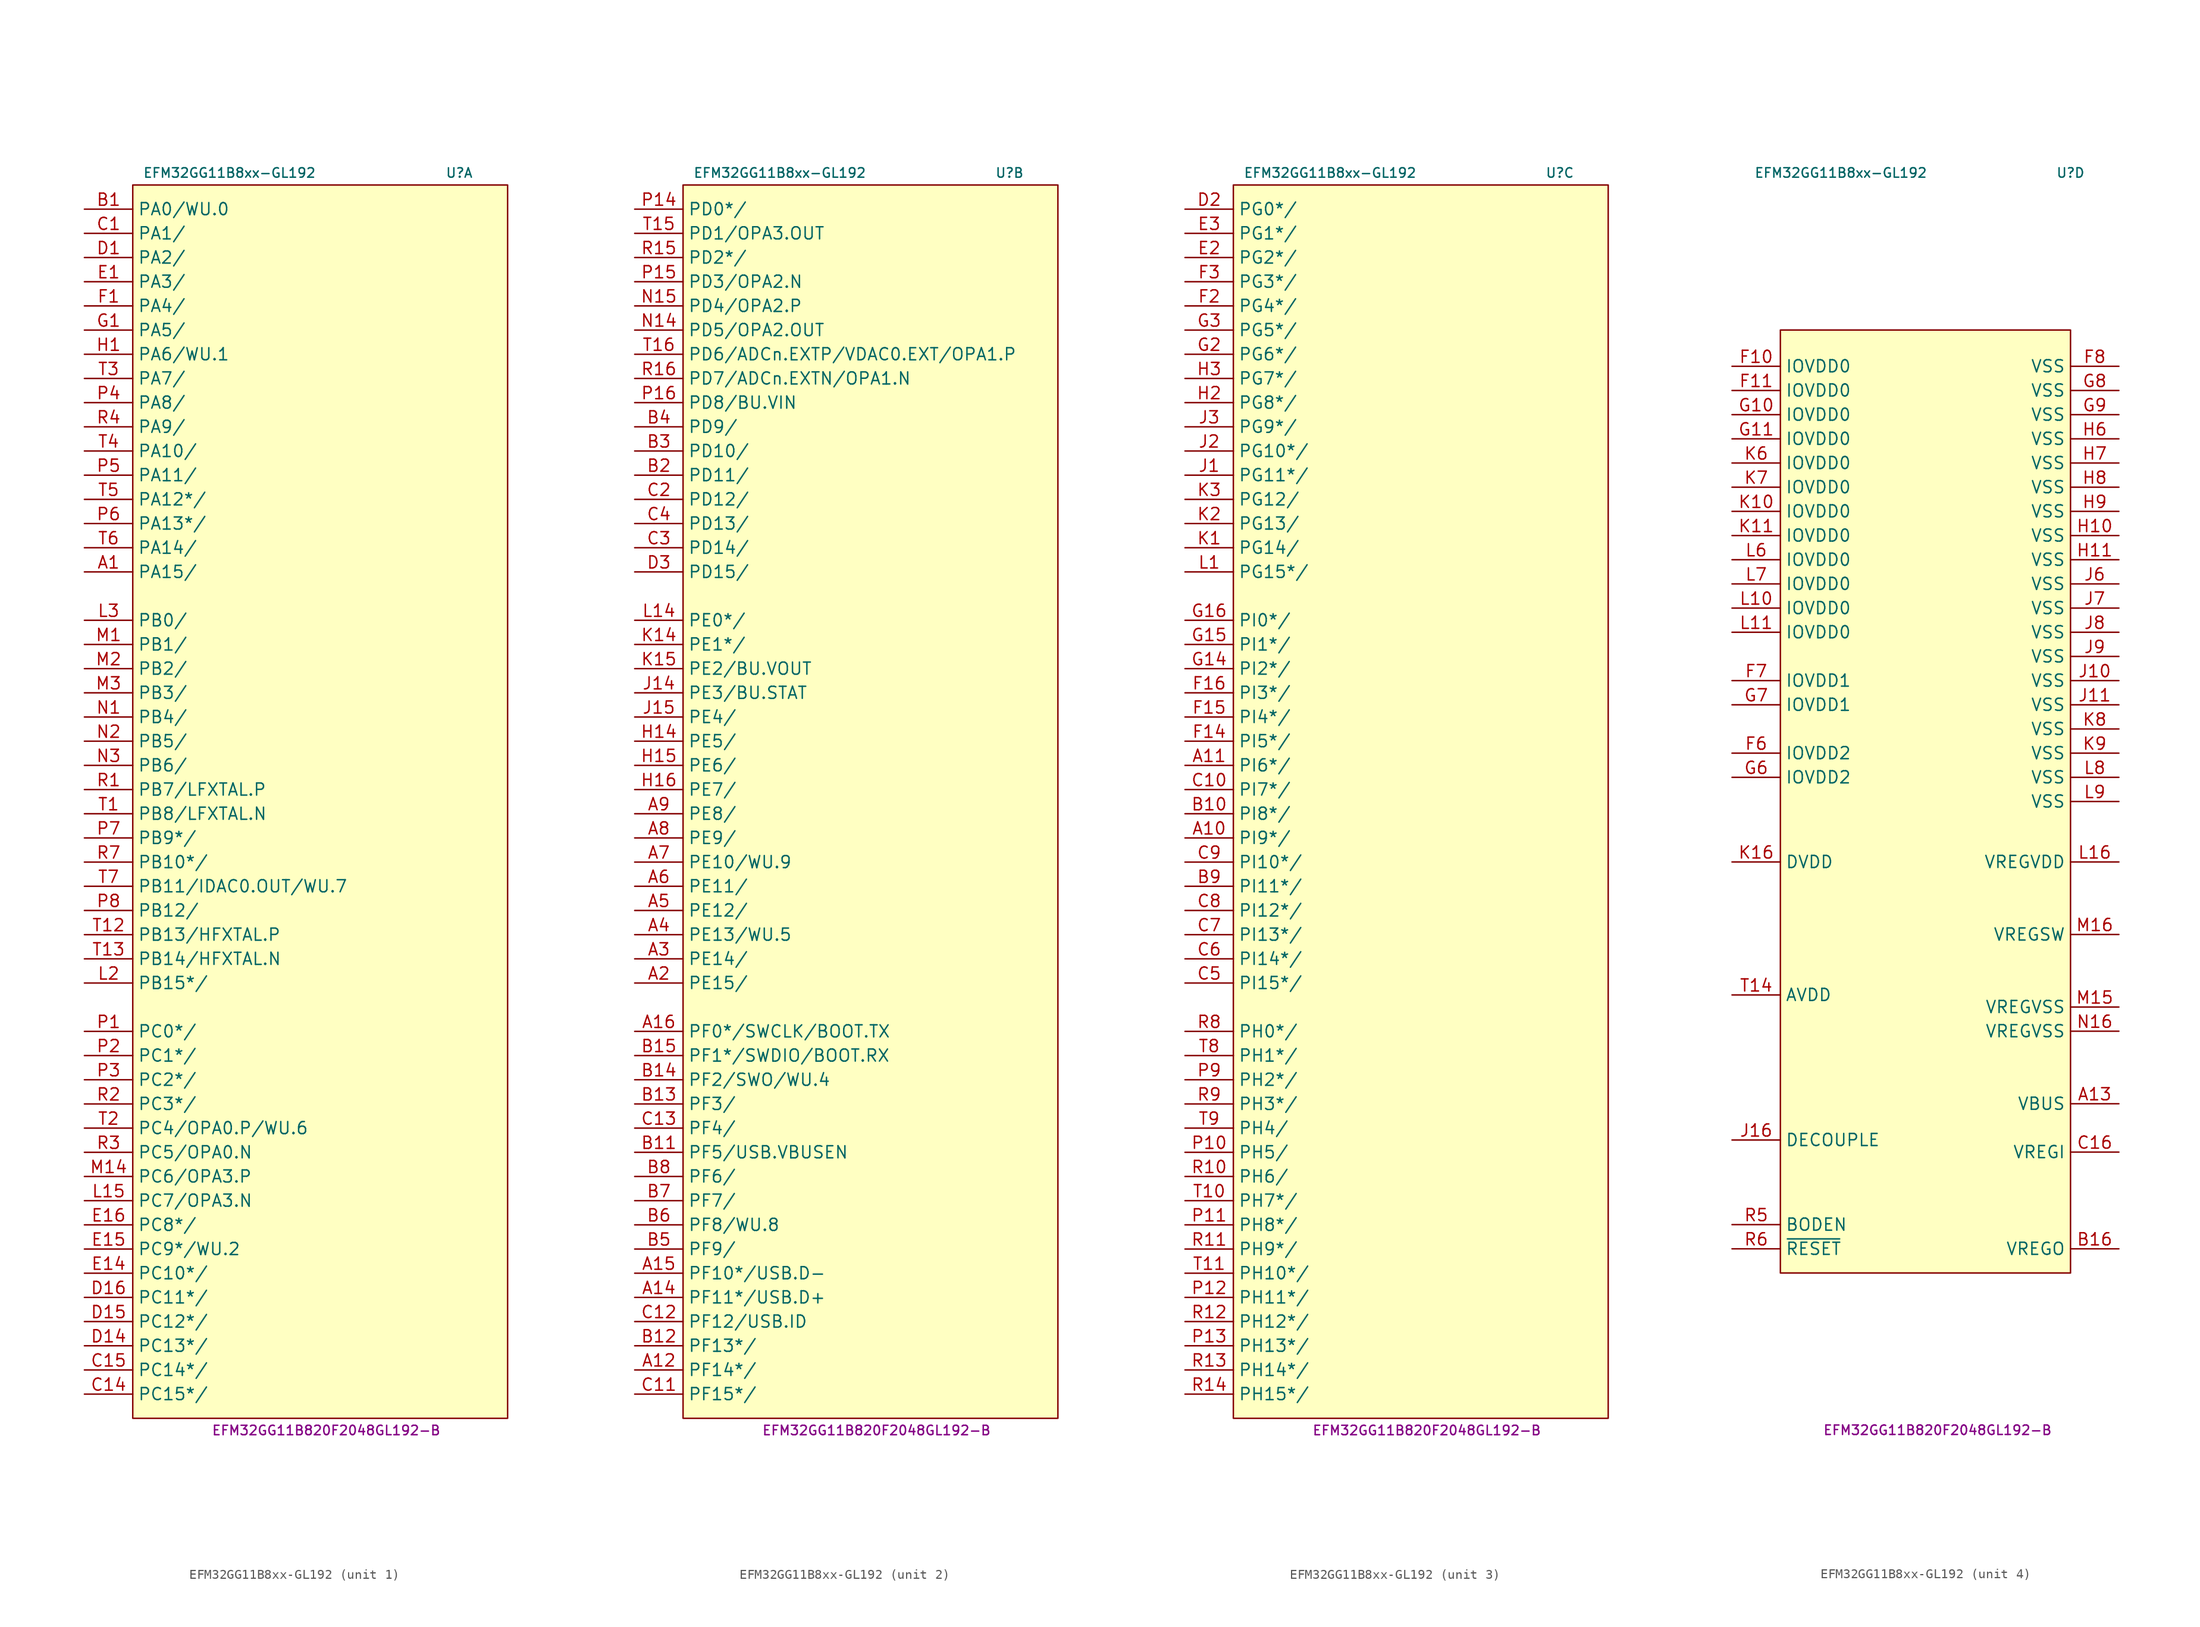
<source format=kicad_sym>
(kicad_symbol_lib
  (version 20231120)
  (generator "kicad_symbol_editor")
  (generator_version "8.0")
  (symbol "EFM32GG11B8xx-GL192"
    (property "Reference" "U"
      (at 13.97 67.31 0)
      (effects (font (size 0.991 0.991))))
    (property "Value" "EFM32GG11B8xx-GL192"
      (at -10.16 67.31 0)
      (effects (font (size 0.991 0.991))))
    (property "MPN" "EFM32GG11B820F2048GL192-B"
      (at 0 -64.77 0)
      (effects (font (size 0.991 0.991))))
    (property "ki_locked" ""
      (at 0 0 0)
      (effects (font (size 1.27 1.27))))
    (symbol "EFM32GG11B8xx-GL192_1_1"
      (rectangle (start -20.32 66.04) (end 19.05 -63.5) (stroke (width 0) (type default)) (fill (type background)))
      (pin bidirectional line (at -25.4 25.4 0) (length 5.08) (name "PA15/" (effects (font (size 1.27 1.27)))) (number "A1" (effects (font (size 1.27 1.27)))))
      (pin bidirectional line (at -25.4 63.5 0) (length 5.08) (name "PA0/WU.0" (effects (font (size 1.27 1.27)))) (number "B1" (effects (font (size 1.27 1.27)))))
      (pin bidirectional line (at -25.4 60.96 0) (length 5.08) (name "PA1/" (effects (font (size 1.27 1.27)))) (number "C1" (effects (font (size 1.27 1.27)))))
      (pin bidirectional line (at -25.4 -60.96 0) (length 5.08) (name "PC15*/" (effects (font (size 1.27 1.27)))) (number "C14" (effects (font (size 1.27 1.27)))))
      (pin bidirectional line (at -25.4 -58.42 0) (length 5.08) (name "PC14*/" (effects (font (size 1.27 1.27)))) (number "C15" (effects (font (size 1.27 1.27)))))
      (pin bidirectional line (at -25.4 58.42 0) (length 5.08) (name "PA2/" (effects (font (size 1.27 1.27)))) (number "D1" (effects (font (size 1.27 1.27)))))
      (pin bidirectional line (at -25.4 -55.88 0) (length 5.08) (name "PC13*/" (effects (font (size 1.27 1.27)))) (number "D14" (effects (font (size 1.27 1.27)))))
      (pin bidirectional line (at -25.4 -53.34 0) (length 5.08) (name "PC12*/" (effects (font (size 1.27 1.27)))) (number "D15" (effects (font (size 1.27 1.27)))))
      (pin bidirectional line (at -25.4 -50.8 0) (length 5.08) (name "PC11*/" (effects (font (size 1.27 1.27)))) (number "D16" (effects (font (size 1.27 1.27)))))
      (pin bidirectional line (at -25.4 55.88 0) (length 5.08) (name "PA3/" (effects (font (size 1.27 1.27)))) (number "E1" (effects (font (size 1.27 1.27)))))
      (pin bidirectional line (at -25.4 -48.26 0) (length 5.08) (name "PC10*/" (effects (font (size 1.27 1.27)))) (number "E14" (effects (font (size 1.27 1.27)))))
      (pin bidirectional line (at -25.4 -45.72 0) (length 5.08) (name "PC9*/WU.2" (effects (font (size 1.27 1.27)))) (number "E15" (effects (font (size 1.27 1.27)))))
      (pin bidirectional line (at -25.4 -43.18 0) (length 5.08) (name "PC8*/" (effects (font (size 1.27 1.27)))) (number "E16" (effects (font (size 1.27 1.27)))))
      (pin bidirectional line (at -25.4 53.34 0) (length 5.08) (name "PA4/" (effects (font (size 1.27 1.27)))) (number "F1" (effects (font (size 1.27 1.27)))))
      (pin bidirectional line (at -25.4 50.8 0) (length 5.08) (name "PA5/" (effects (font (size 1.27 1.27)))) (number "G1" (effects (font (size 1.27 1.27)))))
      (pin bidirectional line (at -25.4 48.26 0) (length 5.08) (name "PA6/WU.1" (effects (font (size 1.27 1.27)))) (number "H1" (effects (font (size 1.27 1.27)))))
      (pin bidirectional line (at -25.4 -40.64 0) (length 5.08) (name "PC7/OPA3.N" (effects (font (size 1.27 1.27)))) (number "L15" (effects (font (size 1.27 1.27)))))
      (pin bidirectional line (at -25.4 -17.78 0) (length 5.08) (name "PB15*/" (effects (font (size 1.27 1.27)))) (number "L2" (effects (font (size 1.27 1.27)))))
      (pin bidirectional line (at -25.4 20.32 0) (length 5.08) (name "PB0/" (effects (font (size 1.27 1.27)))) (number "L3" (effects (font (size 1.27 1.27)))))
      (pin bidirectional line (at -25.4 17.78 0) (length 5.08) (name "PB1/" (effects (font (size 1.27 1.27)))) (number "M1" (effects (font (size 1.27 1.27)))))
      (pin bidirectional line (at -25.4 -38.1 0) (length 5.08) (name "PC6/OPA3.P" (effects (font (size 1.27 1.27)))) (number "M14" (effects (font (size 1.27 1.27)))))
      (pin bidirectional line (at -25.4 15.24 0) (length 5.08) (name "PB2/" (effects (font (size 1.27 1.27)))) (number "M2" (effects (font (size 1.27 1.27)))))
      (pin bidirectional line (at -25.4 12.7 0) (length 5.08) (name "PB3/" (effects (font (size 1.27 1.27)))) (number "M3" (effects (font (size 1.27 1.27)))))
      (pin bidirectional line (at -25.4 10.16 0) (length 5.08) (name "PB4/" (effects (font (size 1.27 1.27)))) (number "N1" (effects (font (size 1.27 1.27)))))
      (pin bidirectional line (at -25.4 7.62 0) (length 5.08) (name "PB5/" (effects (font (size 1.27 1.27)))) (number "N2" (effects (font (size 1.27 1.27)))))
      (pin bidirectional line (at -25.4 5.08 0) (length 5.08) (name "PB6/" (effects (font (size 1.27 1.27)))) (number "N3" (effects (font (size 1.27 1.27)))))
      (pin bidirectional line (at -25.4 -22.86 0) (length 5.08) (name "PC0*/" (effects (font (size 1.27 1.27)))) (number "P1" (effects (font (size 1.27 1.27)))))
      (pin bidirectional line (at -25.4 -25.4 0) (length 5.08) (name "PC1*/" (effects (font (size 1.27 1.27)))) (number "P2" (effects (font (size 1.27 1.27)))))
      (pin bidirectional line (at -25.4 -27.94 0) (length 5.08) (name "PC2*/" (effects (font (size 1.27 1.27)))) (number "P3" (effects (font (size 1.27 1.27)))))
      (pin bidirectional line (at -25.4 43.18 0) (length 5.08) (name "PA8/" (effects (font (size 1.27 1.27)))) (number "P4" (effects (font (size 1.27 1.27)))))
      (pin bidirectional line (at -25.4 35.56 0) (length 5.08) (name "PA11/" (effects (font (size 1.27 1.27)))) (number "P5" (effects (font (size 1.27 1.27)))))
      (pin bidirectional line (at -25.4 30.48 0) (length 5.08) (name "PA13*/" (effects (font (size 1.27 1.27)))) (number "P6" (effects (font (size 1.27 1.27)))))
      (pin bidirectional line (at -25.4 -2.54 0) (length 5.08) (name "PB9*/" (effects (font (size 1.27 1.27)))) (number "P7" (effects (font (size 1.27 1.27)))))
      (pin bidirectional line (at -25.4 -10.16 0) (length 5.08) (name "PB12/" (effects (font (size 1.27 1.27)))) (number "P8" (effects (font (size 1.27 1.27)))))
      (pin bidirectional line (at -25.4 2.54 0) (length 5.08) (name "PB7/LFXTAL.P" (effects (font (size 1.27 1.27)))) (number "R1" (effects (font (size 1.27 1.27)))))
      (pin bidirectional line (at -25.4 -30.48 0) (length 5.08) (name "PC3*/" (effects (font (size 1.27 1.27)))) (number "R2" (effects (font (size 1.27 1.27)))))
      (pin bidirectional line (at -25.4 -35.56 0) (length 5.08) (name "PC5/OPA0.N" (effects (font (size 1.27 1.27)))) (number "R3" (effects (font (size 1.27 1.27)))))
      (pin bidirectional line (at -25.4 40.64 0) (length 5.08) (name "PA9/" (effects (font (size 1.27 1.27)))) (number "R4" (effects (font (size 1.27 1.27)))))
      (pin bidirectional line (at -25.4 -5.08 0) (length 5.08) (name "PB10*/" (effects (font (size 1.27 1.27)))) (number "R7" (effects (font (size 1.27 1.27)))))
      (pin bidirectional line (at -25.4 0 0) (length 5.08) (name "PB8/LFXTAL.N" (effects (font (size 1.27 1.27)))) (number "T1" (effects (font (size 1.27 1.27)))))
      (pin bidirectional line (at -25.4 -12.7 0) (length 5.08) (name "PB13/HFXTAL.P" (effects (font (size 1.27 1.27)))) (number "T12" (effects (font (size 1.27 1.27)))))
      (pin bidirectional line (at -25.4 -15.24 0) (length 5.08) (name "PB14/HFXTAL.N" (effects (font (size 1.27 1.27)))) (number "T13" (effects (font (size 1.27 1.27)))))
      (pin bidirectional line (at -25.4 -33.02 0) (length 5.08) (name "PC4/OPA0.P/WU.6" (effects (font (size 1.27 1.27)))) (number "T2" (effects (font (size 1.27 1.27)))))
      (pin bidirectional line (at -25.4 45.72 0) (length 5.08) (name "PA7/" (effects (font (size 1.27 1.27)))) (number "T3" (effects (font (size 1.27 1.27)))))
      (pin bidirectional line (at -25.4 38.1 0) (length 5.08) (name "PA10/" (effects (font (size 1.27 1.27)))) (number "T4" (effects (font (size 1.27 1.27)))))
      (pin bidirectional line (at -25.4 33.02 0) (length 5.08) (name "PA12*/" (effects (font (size 1.27 1.27)))) (number "T5" (effects (font (size 1.27 1.27)))))
      (pin bidirectional line (at -25.4 27.94 0) (length 5.08) (name "PA14/" (effects (font (size 1.27 1.27)))) (number "T6" (effects (font (size 1.27 1.27)))))
      (pin bidirectional line (at -25.4 -7.62 0) (length 5.08) (name "PB11/IDAC0.OUT/WU.7" (effects (font (size 1.27 1.27)))) (number "T7" (effects (font (size 1.27 1.27))))))
    (symbol "EFM32GG11B8xx-GL192_2_1"
      (rectangle (start -20.32 66.04) (end 19.05 -63.5) (stroke (width 0) (type default)) (fill (type background)))
      (pin bidirectional line (at -25.4 -58.42 0) (length 5.08) (name "PF14*/" (effects (font (size 1.27 1.27)))) (number "A12" (effects (font (size 1.27 1.27)))))
      (pin bidirectional line (at -25.4 -50.8 0) (length 5.08) (name "PF11*/USB.D+" (effects (font (size 1.27 1.27)))) (number "A14" (effects (font (size 1.27 1.27)))))
      (pin bidirectional line (at -25.4 -48.26 0) (length 5.08) (name "PF10*/USB.D-" (effects (font (size 1.27 1.27)))) (number "A15" (effects (font (size 1.27 1.27)))))
      (pin bidirectional line (at -25.4 -22.86 0) (length 5.08) (name "PF0*/SWCLK/BOOT.TX" (effects (font (size 1.27 1.27)))) (number "A16" (effects (font (size 1.27 1.27)))))
      (pin bidirectional line (at -25.4 -17.78 0) (length 5.08) (name "PE15/" (effects (font (size 1.27 1.27)))) (number "A2" (effects (font (size 1.27 1.27)))))
      (pin bidirectional line (at -25.4 -15.24 0) (length 5.08) (name "PE14/" (effects (font (size 1.27 1.27)))) (number "A3" (effects (font (size 1.27 1.27)))))
      (pin bidirectional line (at -25.4 -12.7 0) (length 5.08) (name "PE13/WU.5" (effects (font (size 1.27 1.27)))) (number "A4" (effects (font (size 1.27 1.27)))))
      (pin bidirectional line (at -25.4 -10.16 0) (length 5.08) (name "PE12/" (effects (font (size 1.27 1.27)))) (number "A5" (effects (font (size 1.27 1.27)))))
      (pin bidirectional line (at -25.4 -7.62 0) (length 5.08) (name "PE11/" (effects (font (size 1.27 1.27)))) (number "A6" (effects (font (size 1.27 1.27)))))
      (pin bidirectional line (at -25.4 -5.08 0) (length 5.08) (name "PE10/WU.9" (effects (font (size 1.27 1.27)))) (number "A7" (effects (font (size 1.27 1.27)))))
      (pin bidirectional line (at -25.4 -2.54 0) (length 5.08) (name "PE9/" (effects (font (size 1.27 1.27)))) (number "A8" (effects (font (size 1.27 1.27)))))
      (pin bidirectional line (at -25.4 0 0) (length 5.08) (name "PE8/" (effects (font (size 1.27 1.27)))) (number "A9" (effects (font (size 1.27 1.27)))))
      (pin bidirectional line (at -25.4 -35.56 0) (length 5.08) (name "PF5/USB.VBUSEN" (effects (font (size 1.27 1.27)))) (number "B11" (effects (font (size 1.27 1.27)))))
      (pin bidirectional line (at -25.4 -55.88 0) (length 5.08) (name "PF13*/" (effects (font (size 1.27 1.27)))) (number "B12" (effects (font (size 1.27 1.27)))))
      (pin bidirectional line (at -25.4 -30.48 0) (length 5.08) (name "PF3/" (effects (font (size 1.27 1.27)))) (number "B13" (effects (font (size 1.27 1.27)))))
      (pin bidirectional line (at -25.4 -27.94 0) (length 5.08) (name "PF2/SWO/WU.4" (effects (font (size 1.27 1.27)))) (number "B14" (effects (font (size 1.27 1.27)))))
      (pin bidirectional line (at -25.4 -25.4 0) (length 5.08) (name "PF1*/SWDIO/BOOT.RX" (effects (font (size 1.27 1.27)))) (number "B15" (effects (font (size 1.27 1.27)))))
      (pin bidirectional line (at -25.4 35.56 0) (length 5.08) (name "PD11/" (effects (font (size 1.27 1.27)))) (number "B2" (effects (font (size 1.27 1.27)))))
      (pin bidirectional line (at -25.4 38.1 0) (length 5.08) (name "PD10/" (effects (font (size 1.27 1.27)))) (number "B3" (effects (font (size 1.27 1.27)))))
      (pin bidirectional line (at -25.4 40.64 0) (length 5.08) (name "PD9/" (effects (font (size 1.27 1.27)))) (number "B4" (effects (font (size 1.27 1.27)))))
      (pin bidirectional line (at -25.4 -45.72 0) (length 5.08) (name "PF9/" (effects (font (size 1.27 1.27)))) (number "B5" (effects (font (size 1.27 1.27)))))
      (pin bidirectional line (at -25.4 -43.18 0) (length 5.08) (name "PF8/WU.8" (effects (font (size 1.27 1.27)))) (number "B6" (effects (font (size 1.27 1.27)))))
      (pin bidirectional line (at -25.4 -40.64 0) (length 5.08) (name "PF7/" (effects (font (size 1.27 1.27)))) (number "B7" (effects (font (size 1.27 1.27)))))
      (pin bidirectional line (at -25.4 -38.1 0) (length 5.08) (name "PF6/" (effects (font (size 1.27 1.27)))) (number "B8" (effects (font (size 1.27 1.27)))))
      (pin bidirectional line (at -25.4 -60.96 0) (length 5.08) (name "PF15*/" (effects (font (size 1.27 1.27)))) (number "C11" (effects (font (size 1.27 1.27)))))
      (pin bidirectional line (at -25.4 -53.34 0) (length 5.08) (name "PF12/USB.ID" (effects (font (size 1.27 1.27)))) (number "C12" (effects (font (size 1.27 1.27)))))
      (pin bidirectional line (at -25.4 -33.02 0) (length 5.08) (name "PF4/" (effects (font (size 1.27 1.27)))) (number "C13" (effects (font (size 1.27 1.27)))))
      (pin bidirectional line (at -25.4 33.02 0) (length 5.08) (name "PD12/" (effects (font (size 1.27 1.27)))) (number "C2" (effects (font (size 1.27 1.27)))))
      (pin bidirectional line (at -25.4 27.94 0) (length 5.08) (name "PD14/" (effects (font (size 1.27 1.27)))) (number "C3" (effects (font (size 1.27 1.27)))))
      (pin bidirectional line (at -25.4 30.48 0) (length 5.08) (name "PD13/" (effects (font (size 1.27 1.27)))) (number "C4" (effects (font (size 1.27 1.27)))))
      (pin bidirectional line (at -25.4 25.4 0) (length 5.08) (name "PD15/" (effects (font (size 1.27 1.27)))) (number "D3" (effects (font (size 1.27 1.27)))))
      (pin bidirectional line (at -25.4 7.62 0) (length 5.08) (name "PE5/" (effects (font (size 1.27 1.27)))) (number "H14" (effects (font (size 1.27 1.27)))))
      (pin bidirectional line (at -25.4 5.08 0) (length 5.08) (name "PE6/" (effects (font (size 1.27 1.27)))) (number "H15" (effects (font (size 1.27 1.27)))))
      (pin bidirectional line (at -25.4 2.54 0) (length 5.08) (name "PE7/" (effects (font (size 1.27 1.27)))) (number "H16" (effects (font (size 1.27 1.27)))))
      (pin bidirectional line (at -25.4 12.7 0) (length 5.08) (name "PE3/BU.STAT" (effects (font (size 1.27 1.27)))) (number "J14" (effects (font (size 1.27 1.27)))))
      (pin bidirectional line (at -25.4 10.16 0) (length 5.08) (name "PE4/" (effects (font (size 1.27 1.27)))) (number "J15" (effects (font (size 1.27 1.27)))))
      (pin bidirectional line (at -25.4 17.78 0) (length 5.08) (name "PE1*/" (effects (font (size 1.27 1.27)))) (number "K14" (effects (font (size 1.27 1.27)))))
      (pin bidirectional line (at -25.4 15.24 0) (length 5.08) (name "PE2/BU.VOUT" (effects (font (size 1.27 1.27)))) (number "K15" (effects (font (size 1.27 1.27)))))
      (pin bidirectional line (at -25.4 20.32 0) (length 5.08) (name "PE0*/" (effects (font (size 1.27 1.27)))) (number "L14" (effects (font (size 1.27 1.27)))))
      (pin bidirectional line (at -25.4 50.8 0) (length 5.08) (name "PD5/OPA2.OUT" (effects (font (size 1.27 1.27)))) (number "N14" (effects (font (size 1.27 1.27)))))
      (pin bidirectional line (at -25.4 53.34 0) (length 5.08) (name "PD4/OPA2.P" (effects (font (size 1.27 1.27)))) (number "N15" (effects (font (size 1.27 1.27)))))
      (pin bidirectional line (at -25.4 63.5 0) (length 5.08) (name "PD0*/" (effects (font (size 1.27 1.27)))) (number "P14" (effects (font (size 1.27 1.27)))))
      (pin bidirectional line (at -25.4 55.88 0) (length 5.08) (name "PD3/OPA2.N" (effects (font (size 1.27 1.27)))) (number "P15" (effects (font (size 1.27 1.27)))))
      (pin bidirectional line (at -25.4 43.18 0) (length 5.08) (name "PD8/BU.VIN" (effects (font (size 1.27 1.27)))) (number "P16" (effects (font (size 1.27 1.27)))))
      (pin bidirectional line (at -25.4 58.42 0) (length 5.08) (name "PD2*/" (effects (font (size 1.27 1.27)))) (number "R15" (effects (font (size 1.27 1.27)))))
      (pin bidirectional line (at -25.4 45.72 0) (length 5.08) (name "PD7/ADCn.EXTN/OPA1.N" (effects (font (size 1.27 1.27)))) (number "R16" (effects (font (size 1.27 1.27)))))
      (pin bidirectional line (at -25.4 60.96 0) (length 5.08) (name "PD1/OPA3.OUT" (effects (font (size 1.27 1.27)))) (number "T15" (effects (font (size 1.27 1.27)))))
      (pin bidirectional line (at -25.4 48.26 0) (length 5.08) (name "PD6/ADCn.EXTP/VDAC0.EXT/OPA1.P" (effects (font (size 1.27 1.27)))) (number "T16" (effects (font (size 1.27 1.27))))))
    (symbol "EFM32GG11B8xx-GL192_3_1"
      (rectangle (start -20.32 66.04) (end 19.05 -63.5) (stroke (width 0) (type default)) (fill (type background)))
      (pin bidirectional line (at -25.4 -2.54 0) (length 5.08) (name "PI9*/" (effects (font (size 1.27 1.27)))) (number "A10" (effects (font (size 1.27 1.27)))))
      (pin bidirectional line (at -25.4 5.08 0) (length 5.08) (name "PI6*/" (effects (font (size 1.27 1.27)))) (number "A11" (effects (font (size 1.27 1.27)))))
      (pin bidirectional line (at -25.4 0 0) (length 5.08) (name "PI8*/" (effects (font (size 1.27 1.27)))) (number "B10" (effects (font (size 1.27 1.27)))))
      (pin bidirectional line (at -25.4 -7.62 0) (length 5.08) (name "PI11*/" (effects (font (size 1.27 1.27)))) (number "B9" (effects (font (size 1.27 1.27)))))
      (pin bidirectional line (at -25.4 2.54 0) (length 5.08) (name "PI7*/" (effects (font (size 1.27 1.27)))) (number "C10" (effects (font (size 1.27 1.27)))))
      (pin bidirectional line (at -25.4 -17.78 0) (length 5.08) (name "PI15*/" (effects (font (size 1.27 1.27)))) (number "C5" (effects (font (size 1.27 1.27)))))
      (pin bidirectional line (at -25.4 -15.24 0) (length 5.08) (name "PI14*/" (effects (font (size 1.27 1.27)))) (number "C6" (effects (font (size 1.27 1.27)))))
      (pin bidirectional line (at -25.4 -12.7 0) (length 5.08) (name "PI13*/" (effects (font (size 1.27 1.27)))) (number "C7" (effects (font (size 1.27 1.27)))))
      (pin bidirectional line (at -25.4 -10.16 0) (length 5.08) (name "PI12*/" (effects (font (size 1.27 1.27)))) (number "C8" (effects (font (size 1.27 1.27)))))
      (pin bidirectional line (at -25.4 -5.08 0) (length 5.08) (name "PI10*/" (effects (font (size 1.27 1.27)))) (number "C9" (effects (font (size 1.27 1.27)))))
      (pin bidirectional line (at -25.4 63.5 0) (length 5.08) (name "PG0*/" (effects (font (size 1.27 1.27)))) (number "D2" (effects (font (size 1.27 1.27)))))
      (pin bidirectional line (at -25.4 58.42 0) (length 5.08) (name "PG2*/" (effects (font (size 1.27 1.27)))) (number "E2" (effects (font (size 1.27 1.27)))))
      (pin bidirectional line (at -25.4 60.96 0) (length 5.08) (name "PG1*/" (effects (font (size 1.27 1.27)))) (number "E3" (effects (font (size 1.27 1.27)))))
      (pin bidirectional line (at -25.4 7.62 0) (length 5.08) (name "PI5*/" (effects (font (size 1.27 1.27)))) (number "F14" (effects (font (size 1.27 1.27)))))
      (pin bidirectional line (at -25.4 10.16 0) (length 5.08) (name "PI4*/" (effects (font (size 1.27 1.27)))) (number "F15" (effects (font (size 1.27 1.27)))))
      (pin bidirectional line (at -25.4 12.7 0) (length 5.08) (name "PI3*/" (effects (font (size 1.27 1.27)))) (number "F16" (effects (font (size 1.27 1.27)))))
      (pin bidirectional line (at -25.4 53.34 0) (length 5.08) (name "PG4*/" (effects (font (size 1.27 1.27)))) (number "F2" (effects (font (size 1.27 1.27)))))
      (pin bidirectional line (at -25.4 55.88 0) (length 5.08) (name "PG3*/" (effects (font (size 1.27 1.27)))) (number "F3" (effects (font (size 1.27 1.27)))))
      (pin bidirectional line (at -25.4 15.24 0) (length 5.08) (name "PI2*/" (effects (font (size 1.27 1.27)))) (number "G14" (effects (font (size 1.27 1.27)))))
      (pin bidirectional line (at -25.4 17.78 0) (length 5.08) (name "PI1*/" (effects (font (size 1.27 1.27)))) (number "G15" (effects (font (size 1.27 1.27)))))
      (pin bidirectional line (at -25.4 20.32 0) (length 5.08) (name "PI0*/" (effects (font (size 1.27 1.27)))) (number "G16" (effects (font (size 1.27 1.27)))))
      (pin bidirectional line (at -25.4 48.26 0) (length 5.08) (name "PG6*/" (effects (font (size 1.27 1.27)))) (number "G2" (effects (font (size 1.27 1.27)))))
      (pin bidirectional line (at -25.4 50.8 0) (length 5.08) (name "PG5*/" (effects (font (size 1.27 1.27)))) (number "G3" (effects (font (size 1.27 1.27)))))
      (pin bidirectional line (at -25.4 43.18 0) (length 5.08) (name "PG8*/" (effects (font (size 1.27 1.27)))) (number "H2" (effects (font (size 1.27 1.27)))))
      (pin bidirectional line (at -25.4 45.72 0) (length 5.08) (name "PG7*/" (effects (font (size 1.27 1.27)))) (number "H3" (effects (font (size 1.27 1.27)))))
      (pin bidirectional line (at -25.4 35.56 0) (length 5.08) (name "PG11*/" (effects (font (size 1.27 1.27)))) (number "J1" (effects (font (size 1.27 1.27)))))
      (pin bidirectional line (at -25.4 38.1 0) (length 5.08) (name "PG10*/" (effects (font (size 1.27 1.27)))) (number "J2" (effects (font (size 1.27 1.27)))))
      (pin bidirectional line (at -25.4 40.64 0) (length 5.08) (name "PG9*/" (effects (font (size 1.27 1.27)))) (number "J3" (effects (font (size 1.27 1.27)))))
      (pin bidirectional line (at -25.4 27.94 0) (length 5.08) (name "PG14/" (effects (font (size 1.27 1.27)))) (number "K1" (effects (font (size 1.27 1.27)))))
      (pin bidirectional line (at -25.4 30.48 0) (length 5.08) (name "PG13/" (effects (font (size 1.27 1.27)))) (number "K2" (effects (font (size 1.27 1.27)))))
      (pin bidirectional line (at -25.4 33.02 0) (length 5.08) (name "PG12/" (effects (font (size 1.27 1.27)))) (number "K3" (effects (font (size 1.27 1.27)))))
      (pin bidirectional line (at -25.4 25.4 0) (length 5.08) (name "PG15*/" (effects (font (size 1.27 1.27)))) (number "L1" (effects (font (size 1.27 1.27)))))
      (pin bidirectional line (at -25.4 -35.56 0) (length 5.08) (name "PH5/" (effects (font (size 1.27 1.27)))) (number "P10" (effects (font (size 1.27 1.27)))))
      (pin bidirectional line (at -25.4 -43.18 0) (length 5.08) (name "PH8*/" (effects (font (size 1.27 1.27)))) (number "P11" (effects (font (size 1.27 1.27)))))
      (pin bidirectional line (at -25.4 -50.8 0) (length 5.08) (name "PH11*/" (effects (font (size 1.27 1.27)))) (number "P12" (effects (font (size 1.27 1.27)))))
      (pin bidirectional line (at -25.4 -55.88 0) (length 5.08) (name "PH13*/" (effects (font (size 1.27 1.27)))) (number "P13" (effects (font (size 1.27 1.27)))))
      (pin bidirectional line (at -25.4 -27.94 0) (length 5.08) (name "PH2*/" (effects (font (size 1.27 1.27)))) (number "P9" (effects (font (size 1.27 1.27)))))
      (pin bidirectional line (at -25.4 -38.1 0) (length 5.08) (name "PH6/" (effects (font (size 1.27 1.27)))) (number "R10" (effects (font (size 1.27 1.27)))))
      (pin bidirectional line (at -25.4 -45.72 0) (length 5.08) (name "PH9*/" (effects (font (size 1.27 1.27)))) (number "R11" (effects (font (size 1.27 1.27)))))
      (pin bidirectional line (at -25.4 -53.34 0) (length 5.08) (name "PH12*/" (effects (font (size 1.27 1.27)))) (number "R12" (effects (font (size 1.27 1.27)))))
      (pin bidirectional line (at -25.4 -58.42 0) (length 5.08) (name "PH14*/" (effects (font (size 1.27 1.27)))) (number "R13" (effects (font (size 1.27 1.27)))))
      (pin bidirectional line (at -25.4 -60.96 0) (length 5.08) (name "PH15*/" (effects (font (size 1.27 1.27)))) (number "R14" (effects (font (size 1.27 1.27)))))
      (pin bidirectional line (at -25.4 -22.86 0) (length 5.08) (name "PH0*/" (effects (font (size 1.27 1.27)))) (number "R8" (effects (font (size 1.27 1.27)))))
      (pin bidirectional line (at -25.4 -30.48 0) (length 5.08) (name "PH3*/" (effects (font (size 1.27 1.27)))) (number "R9" (effects (font (size 1.27 1.27)))))
      (pin bidirectional line (at -25.4 -40.64 0) (length 5.08) (name "PH7*/" (effects (font (size 1.27 1.27)))) (number "T10" (effects (font (size 1.27 1.27)))))
      (pin bidirectional line (at -25.4 -48.26 0) (length 5.08) (name "PH10*/" (effects (font (size 1.27 1.27)))) (number "T11" (effects (font (size 1.27 1.27)))))
      (pin bidirectional line (at -25.4 -25.4 0) (length 5.08) (name "PH1*/" (effects (font (size 1.27 1.27)))) (number "T8" (effects (font (size 1.27 1.27)))))
      (pin bidirectional line (at -25.4 -33.02 0) (length 5.08) (name "PH4/" (effects (font (size 1.27 1.27)))) (number "T9" (effects (font (size 1.27 1.27))))))
    (symbol "EFM32GG11B8xx-GL192_4_1"
      (rectangle (start -16.51 50.8) (end 13.97 -48.26) (stroke (width 0) (type default)) (fill (type background)))
      (pin power_in line (at 19.05 -30.48 180) (length 5.08) (name "VBUS" (effects (font (size 1.27 1.27)))) (number "A13" (effects (font (size 1.27 1.27)))))
      (pin power_out line (at 19.05 -45.72 180) (length 5.08) (name "VREGO" (effects (font (size 1.27 1.27)))) (number "B16" (effects (font (size 1.27 1.27)))))
      (pin power_in line (at 19.05 -35.56 180) (length 5.08) (name "VREGI" (effects (font (size 1.27 1.27)))) (number "C16" (effects (font (size 1.27 1.27)))))
      (pin power_in line (at -21.59 46.99 0) (length 5.08) (name "IOVDD0" (effects (font (size 1.27 1.27)))) (number "F10" (effects (font (size 1.27 1.27)))))
      (pin power_in line (at -21.59 44.45 0) (length 5.08) (name "IOVDD0" (effects (font (size 1.27 1.27)))) (number "F11" (effects (font (size 1.27 1.27)))))
      (pin power_in line (at -21.59 6.35 0) (length 5.08) (name "IOVDD2" (effects (font (size 1.27 1.27)))) (number "F6" (effects (font (size 1.27 1.27)))))
      (pin power_in line (at -21.59 13.97 0) (length 5.08) (name "IOVDD1" (effects (font (size 1.27 1.27)))) (number "F7" (effects (font (size 1.27 1.27)))))
      (pin power_in line (at 19.05 46.99 180) (length 5.08) (name "VSS" (effects (font (size 1.27 1.27)))) (number "F8" (effects (font (size 1.27 1.27)))))
      (pin power_in line (at -21.59 41.91 0) (length 5.08) (name "IOVDD0" (effects (font (size 1.27 1.27)))) (number "G10" (effects (font (size 1.27 1.27)))))
      (pin power_in line (at -21.59 39.37 0) (length 5.08) (name "IOVDD0" (effects (font (size 1.27 1.27)))) (number "G11" (effects (font (size 1.27 1.27)))))
      (pin power_in line (at -21.59 3.81 0) (length 5.08) (name "IOVDD2" (effects (font (size 1.27 1.27)))) (number "G6" (effects (font (size 1.27 1.27)))))
      (pin power_in line (at -21.59 11.43 0) (length 5.08) (name "IOVDD1" (effects (font (size 1.27 1.27)))) (number "G7" (effects (font (size 1.27 1.27)))))
      (pin power_in line (at 19.05 44.45 180) (length 5.08) (name "VSS" (effects (font (size 1.27 1.27)))) (number "G8" (effects (font (size 1.27 1.27)))))
      (pin power_in line (at 19.05 41.91 180) (length 5.08) (name "VSS" (effects (font (size 1.27 1.27)))) (number "G9" (effects (font (size 1.27 1.27)))))
      (pin power_in line (at 19.05 29.21 180) (length 5.08) (name "VSS" (effects (font (size 1.27 1.27)))) (number "H10" (effects (font (size 1.27 1.27)))))
      (pin power_in line (at 19.05 26.67 180) (length 5.08) (name "VSS" (effects (font (size 1.27 1.27)))) (number "H11" (effects (font (size 1.27 1.27)))))
      (pin power_in line (at 19.05 39.37 180) (length 5.08) (name "VSS" (effects (font (size 1.27 1.27)))) (number "H6" (effects (font (size 1.27 1.27)))))
      (pin power_in line (at 19.05 36.83 180) (length 5.08) (name "VSS" (effects (font (size 1.27 1.27)))) (number "H7" (effects (font (size 1.27 1.27)))))
      (pin power_in line (at 19.05 34.29 180) (length 5.08) (name "VSS" (effects (font (size 1.27 1.27)))) (number "H8" (effects (font (size 1.27 1.27)))))
      (pin power_in line (at 19.05 31.75 180) (length 5.08) (name "VSS" (effects (font (size 1.27 1.27)))) (number "H9" (effects (font (size 1.27 1.27)))))
      (pin power_in line (at 19.05 13.97 180) (length 5.08) (name "VSS" (effects (font (size 1.27 1.27)))) (number "J10" (effects (font (size 1.27 1.27)))))
      (pin power_in line (at 19.05 11.43 180) (length 5.08) (name "VSS" (effects (font (size 1.27 1.27)))) (number "J11" (effects (font (size 1.27 1.27)))))
      (pin power_out line (at -21.59 -34.29 0) (length 5.08) (name "DECOUPLE" (effects (font (size 1.27 1.27)))) (number "J16" (effects (font (size 1.27 1.27)))))
      (pin power_in line (at 19.05 24.13 180) (length 5.08) (name "VSS" (effects (font (size 1.27 1.27)))) (number "J6" (effects (font (size 1.27 1.27)))))
      (pin power_in line (at 19.05 21.59 180) (length 5.08) (name "VSS" (effects (font (size 1.27 1.27)))) (number "J7" (effects (font (size 1.27 1.27)))))
      (pin power_in line (at 19.05 19.05 180) (length 5.08) (name "VSS" (effects (font (size 1.27 1.27)))) (number "J8" (effects (font (size 1.27 1.27)))))
      (pin power_in line (at 19.05 16.51 180) (length 5.08) (name "VSS" (effects (font (size 1.27 1.27)))) (number "J9" (effects (font (size 1.27 1.27)))))
      (pin power_in line (at -21.59 31.75 0) (length 5.08) (name "IOVDD0" (effects (font (size 1.27 1.27)))) (number "K10" (effects (font (size 1.27 1.27)))))
      (pin power_in line (at -21.59 29.21 0) (length 5.08) (name "IOVDD0" (effects (font (size 1.27 1.27)))) (number "K11" (effects (font (size 1.27 1.27)))))
      (pin power_in line (at -21.59 -5.08 0) (length 5.08) (name "DVDD" (effects (font (size 1.27 1.27)))) (number "K16" (effects (font (size 1.27 1.27)))))
      (pin power_in line (at -21.59 36.83 0) (length 5.08) (name "IOVDD0" (effects (font (size 1.27 1.27)))) (number "K6" (effects (font (size 1.27 1.27)))))
      (pin power_in line (at -21.59 34.29 0) (length 5.08) (name "IOVDD0" (effects (font (size 1.27 1.27)))) (number "K7" (effects (font (size 1.27 1.27)))))
      (pin power_in line (at 19.05 8.89 180) (length 5.08) (name "VSS" (effects (font (size 1.27 1.27)))) (number "K8" (effects (font (size 1.27 1.27)))))
      (pin power_in line (at 19.05 6.35 180) (length 5.08) (name "VSS" (effects (font (size 1.27 1.27)))) (number "K9" (effects (font (size 1.27 1.27)))))
      (pin power_in line (at -21.59 21.59 0) (length 5.08) (name "IOVDD0" (effects (font (size 1.27 1.27)))) (number "L10" (effects (font (size 1.27 1.27)))))
      (pin power_in line (at -21.59 19.05 0) (length 5.08) (name "IOVDD0" (effects (font (size 1.27 1.27)))) (number "L11" (effects (font (size 1.27 1.27)))))
      (pin power_in line (at 19.05 -5.08 180) (length 5.08) (name "VREGVDD" (effects (font (size 1.27 1.27)))) (number "L16" (effects (font (size 1.27 1.27)))))
      (pin power_in line (at -21.59 26.67 0) (length 5.08) (name "IOVDD0" (effects (font (size 1.27 1.27)))) (number "L6" (effects (font (size 1.27 1.27)))))
      (pin power_in line (at -21.59 24.13 0) (length 5.08) (name "IOVDD0" (effects (font (size 1.27 1.27)))) (number "L7" (effects (font (size 1.27 1.27)))))
      (pin power_in line (at 19.05 3.81 180) (length 5.08) (name "VSS" (effects (font (size 1.27 1.27)))) (number "L8" (effects (font (size 1.27 1.27)))))
      (pin power_in line (at 19.05 1.27 180) (length 5.08) (name "VSS" (effects (font (size 1.27 1.27)))) (number "L9" (effects (font (size 1.27 1.27)))))
      (pin power_in line (at 19.05 -20.32 180) (length 5.08) (name "VREGVSS" (effects (font (size 1.27 1.27)))) (number "M15" (effects (font (size 1.27 1.27)))))
      (pin power_out line (at 19.05 -12.7 180) (length 5.08) (name "VREGSW" (effects (font (size 1.27 1.27)))) (number "M16" (effects (font (size 1.27 1.27)))))
      (pin power_in line (at 19.05 -22.86 180) (length 5.08) (name "VREGVSS" (effects (font (size 1.27 1.27)))) (number "N16" (effects (font (size 1.27 1.27)))))
      (pin input line (at -21.59 -43.18 0) (length 5.08) (name "BODEN" (effects (font (size 1.27 1.27)))) (number "R5" (effects (font (size 1.27 1.27)))))
      (pin input line (at -21.59 -45.72 0) (length 5.08) (name "~{RESET}" (effects (font (size 1.27 1.27)))) (number "R6" (effects (font (size 1.27 1.27)))))
      (pin power_in line (at -21.59 -19.05 0) (length 5.08) (name "AVDD" (effects (font (size 1.27 1.27)))) (number "T14" (effects (font (size 1.27 1.27))))))))
</source>
